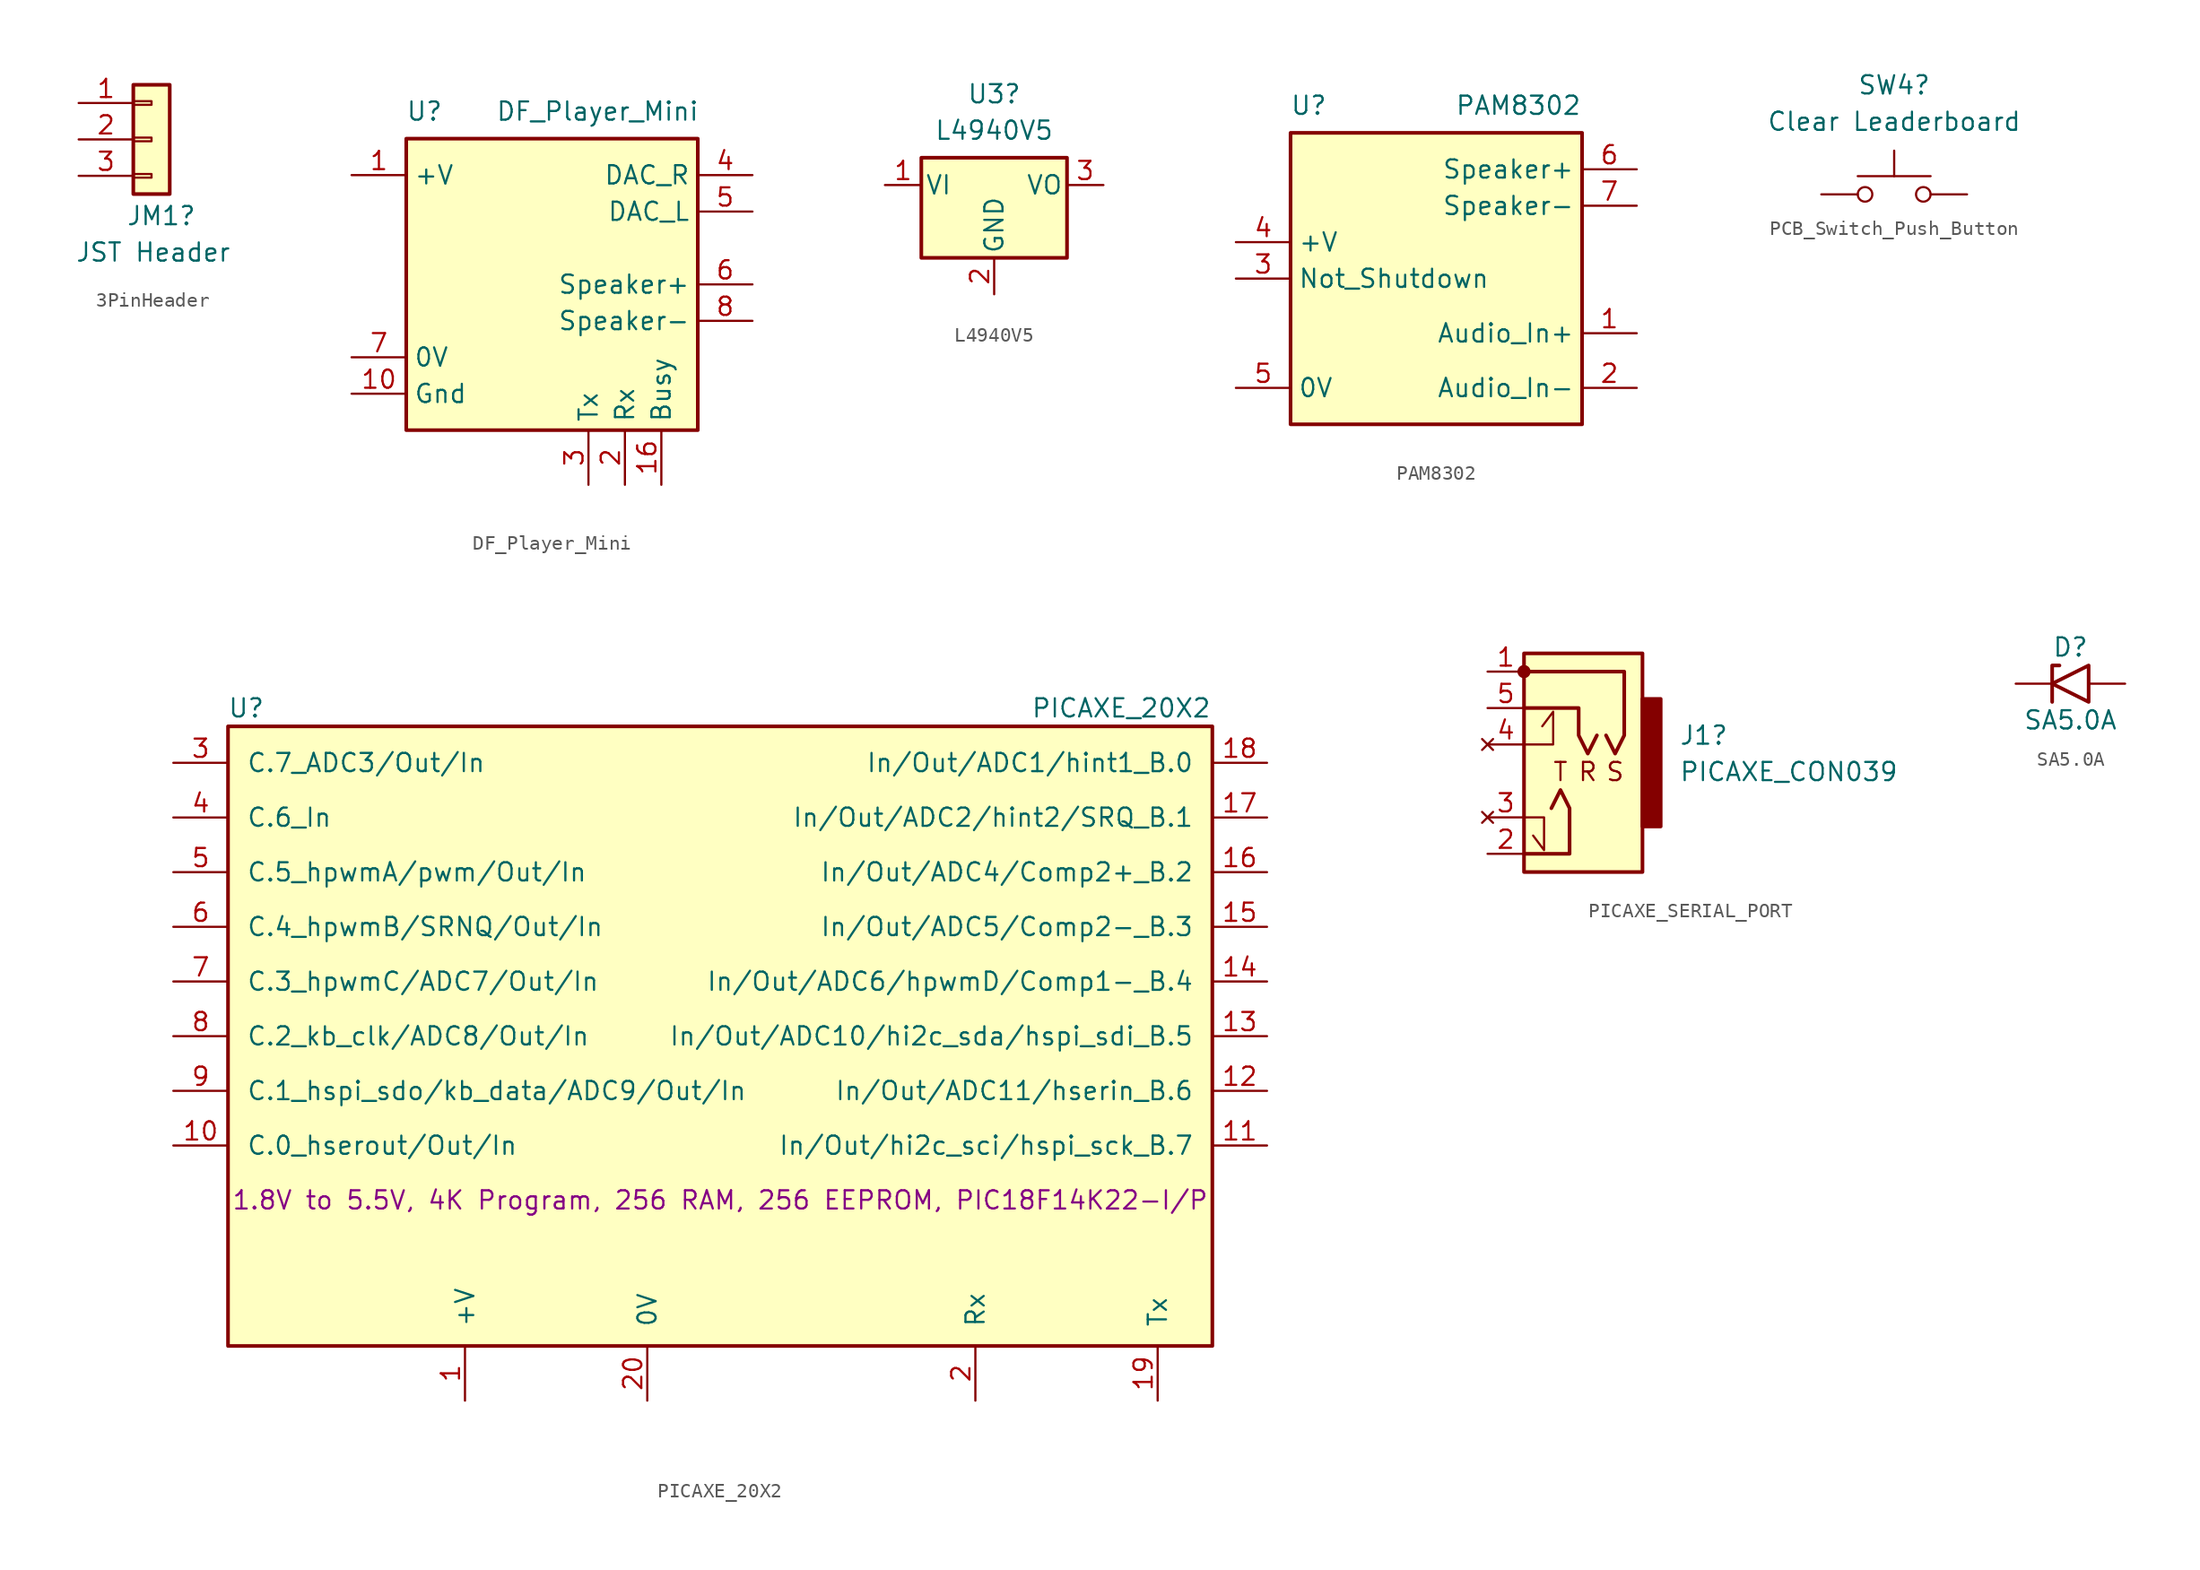
<source format=kicad_sym>
(kicad_symbol_lib
  (version 20231120)
  (generator "kicad_symbol_editor")
  (generator_version "8.0")
  (symbol "3PinHeader"
    (pin_names
      (offset 1.016) hide)
    (property "Reference" "JM1"
      (at -1.778 -5.334 0)
      (effects (font (size 1.27 1.27)) (justify left)))
    (property "Value" "JST Header"
      (at -5.334 -7.874 0)
      (effects (font (size 1.27 1.27)) (justify left)))
    (symbol "3PinHeader_1_1"
      (rectangle (start -1.27 -2.413) (end 0 -2.667) (stroke (width 0.152) (type default)) (fill (type none)))
      (rectangle (start -1.27 0.127) (end 0 -0.127) (stroke (width 0.152) (type default)) (fill (type none)))
      (rectangle (start -1.27 2.667) (end 0 2.413) (stroke (width 0.152) (type default)) (fill (type none)))
      (rectangle (start -1.27 3.81) (end 1.27 -3.81) (stroke (width 0.254) (type default)) (fill (type background)))
      (pin power_out line (at -5.08 2.54 0) (length 3.81) (name "Pin_1" (effects (font (size 1.27 1.27)))) (number "1" (effects (font (size 1.27 1.27)))))
      (pin passive line (at -5.08 0 0) (length 3.81) (name "Pin_2" (effects (font (size 1.27 1.27)))) (number "2" (effects (font (size 1.27 1.27)))))
      (pin power_out line (at -5.08 -2.54 0) (length 3.81) (name "Pin_3" (effects (font (size 1.27 1.27)))) (number "3" (effects (font (size 1.27 1.27)))))))
  (symbol "DF_Player_Mini"
    (property "Reference" "U"
      (at 1.27 1.905 0)
      (effects (font (size 1.27 1.27))))
    (property "Value" "DF_Player_Mini"
      (at 13.335 1.905 0)
      (effects (font (size 1.27 1.27))))
    (symbol "DF_Player_Mini_0_1"
      (rectangle (start 0 0) (end 20.32 -20.32) (stroke (width 0.254) (type default)) (fill (type background))))
    (symbol "DF_Player_Mini_1_1"
      (pin power_in line (at -3.81 -2.54 0) (length 3.81) (name "+V" (effects (font (size 1.27 1.27)))) (number "1" (effects (font (size 1.27 1.27)))))
      (pin power_in line (at -3.81 -17.78 0) (length 3.81) (name "Gnd" (effects (font (size 1.27 1.27)))) (number "10" (effects (font (size 1.27 1.27)))))
      (pin output line (at 17.78 -24.13 90) (length 3.81) (name "Busy" (effects (font (size 1.27 1.27)))) (number "16" (effects (font (size 1.27 1.27)))))
      (pin input line (at 15.24 -24.13 90) (length 3.81) (name "Rx" (effects (font (size 1.27 1.27)))) (number "2" (effects (font (size 1.27 1.27)))))
      (pin output line (at 12.7 -24.13 90) (length 3.81) (name "Tx" (effects (font (size 1.27 1.27)))) (number "3" (effects (font (size 1.27 1.27)))))
      (pin output line (at 24.13 -2.54 180) (length 3.81) (name "DAC_R" (effects (font (size 1.27 1.27)))) (number "4" (effects (font (size 1.27 1.27)))))
      (pin output line (at 24.13 -5.08 180) (length 3.81) (name "DAC_L" (effects (font (size 1.27 1.27)))) (number "5" (effects (font (size 1.27 1.27)))))
      (pin output line (at 24.13 -10.16 180) (length 3.81) (name "Speaker+" (effects (font (size 1.27 1.27)))) (number "6" (effects (font (size 1.27 1.27)))))
      (pin power_in line (at -3.81 -15.24 0) (length 3.81) (name "0V" (effects (font (size 1.27 1.27)))) (number "7" (effects (font (size 1.27 1.27)))))
      (pin output line (at 24.13 -12.7 180) (length 3.81) (name "Speaker-" (effects (font (size 1.27 1.27)))) (number "8" (effects (font (size 1.27 1.27)))))))
  (symbol "L4940V5"
    (pin_names
      (offset 0.254))
    (property "Reference" "U3"
      (at 0 6.35 0)
      (effects (font (size 1.27 1.27))))
    (property "Value" "L4940V5"
      (at 0 3.81 0)
      (effects (font (size 1.27 1.27))))
    (symbol "L4940V5_0_1"
      (rectangle (start -5.08 1.905) (end 5.08 -5.08) (stroke (width 0.254) (type default)) (fill (type background))))
    (symbol "L4940V5_1_1"
      (pin power_in line (at -7.62 0 0) (length 2.54) (name "VI" (effects (font (size 1.27 1.27)))) (number "1" (effects (font (size 1.27 1.27)))))
      (pin power_in line (at 0 -7.62 90) (length 2.54) (name "GND" (effects (font (size 1.27 1.27)))) (number "2" (effects (font (size 1.27 1.27)))))
      (pin power_out line (at 7.62 0 180) (length 2.54) (name "VO" (effects (font (size 1.27 1.27)))) (number "3" (effects (font (size 1.27 1.27)))))))
  (symbol "PAM8302"
    (property "Reference" "U"
      (at 1.27 1.905 0)
      (effects (font (size 1.27 1.27))))
    (property "Value" "PAM8302"
      (at 15.875 1.905 0)
      (effects (font (size 1.27 1.27))))
    (symbol "PAM8302_0_1"
      (rectangle (start 0 0) (end 20.32 -20.32) (stroke (width 0.254) (type default)) (fill (type background))))
    (symbol "PAM8302_1_1"
      (pin input line (at 24.13 -13.97 180) (length 3.81) (name "Audio_In+" (effects (font (size 1.27 1.27)))) (number "1" (effects (font (size 1.27 1.27)))))
      (pin input line (at 24.13 -17.78 180) (length 3.81) (name "Audio_In-" (effects (font (size 1.27 1.27)))) (number "2" (effects (font (size 1.27 1.27)))))
      (pin input line (at -3.81 -10.16 0) (length 3.81) (name "Not_Shutdown" (effects (font (size 1.27 1.27)))) (number "3" (effects (font (size 1.27 1.27)))))
      (pin power_in line (at -3.81 -7.62 0) (length 3.81) (name "+V" (effects (font (size 1.27 1.27)))) (number "4" (effects (font (size 1.27 1.27)))))
      (pin power_in line (at -3.81 -17.78 0) (length 3.81) (name "0V" (effects (font (size 1.27 1.27)))) (number "5" (effects (font (size 1.27 1.27)))))
      (pin output line (at 24.13 -2.54 180) (length 3.81) (name "Speaker+" (effects (font (size 1.27 1.27)))) (number "6" (effects (font (size 1.27 1.27)))))
      (pin output line (at 24.13 -5.08 180) (length 3.81) (name "Speaker-" (effects (font (size 1.27 1.27)))) (number "7" (effects (font (size 1.27 1.27)))))))
  (symbol "PCB_Switch_Push_Button"
    (pin_numbers hide)
    (pin_names
      (offset 1.016) hide)
    (property "Reference" "SW4"
      (at 0 7.62 0)
      (effects (font (size 1.27 1.27))))
    (property "Value" "Clear Leaderboard"
      (at 0 5.08 0)
      (effects (font (size 1.27 1.27))))
    (symbol "PCB_Switch_Push_Button_0_1"
      (circle (center -2.032 0) (radius 0.508) (stroke (width 0) (type default)) (fill (type none)))
      (polyline (pts (xy 0 1.27) (xy 0 3.048)) (stroke (width 0) (type default)) (fill (type none)))
      (polyline (pts (xy 2.54 1.27) (xy -2.54 1.27)) (stroke (width 0) (type default)) (fill (type none)))
      (circle (center 2.032 0) (radius 0.508) (stroke (width 0) (type default)) (fill (type none)))
      (pin passive line (at -5.08 0 0) (length 2.54) (name "1" (effects (font (size 1.27 1.27)))) (number "1" (effects (font (size 1.27 1.27)))))
      (pin passive line (at 5.08 0 180) (length 2.54) (name "2" (effects (font (size 1.27 1.27)))) (number "2" (effects (font (size 1.27 1.27)))))))
  (symbol "PICAXE_20X2"
    (pin_names
      (offset 1.27))
    (property "Reference" "U"
      (at 1.27 1.27 0)
      (effects (font (size 1.27 1.27))))
    (property "Value" "PICAXE_20X2"
      (at 62.23 1.27 0)
      (effects (font (size 1.27 1.27))))
    (property "Description" "1.8V to 5.5V, 4K Program, 256 RAM, 256 EEPROM, PIC18F14K22-I/P"
      (at 34.29 -33.02 0)
      (effects (font (size 1.27 1.27))))
    (symbol "PICAXE_20X2_0_1"
      (rectangle (start 0 0) (end 68.58 -43.18) (stroke (width 0.254) (type default)) (fill (type background))))
    (symbol "PICAXE_20X2_1_1"
      (pin power_in line (at 16.51 -46.99 90) (length 3.81) (name "+V" (effects (font (size 1.27 1.27)))) (number "1" (effects (font (size 1.27 1.27)))))
      (pin bidirectional line (at -3.81 -29.21 0) (length 3.81) (name "C.0_hserout/Out/In" (effects (font (size 1.27 1.27)))) (number "10" (effects (font (size 1.27 1.27)))))
      (pin bidirectional line (at 72.39 -29.21 180) (length 3.81) (name "In/Out/hi2c_sci/hspi_sck_B.7" (effects (font (size 1.27 1.27)))) (number "11" (effects (font (size 1.27 1.27)))))
      (pin bidirectional line (at 72.39 -25.4 180) (length 3.81) (name "In/Out/ADC11/hserin_B.6" (effects (font (size 1.27 1.27)))) (number "12" (effects (font (size 1.27 1.27)))))
      (pin bidirectional line (at 72.39 -21.59 180) (length 3.81) (name "In/Out/ADC10/hi2c_sda/hspi_sdi_B.5" (effects (font (size 1.27 1.27)))) (number "13" (effects (font (size 1.27 1.27)))))
      (pin bidirectional line (at 72.39 -17.78 180) (length 3.81) (name "In/Out/ADC6/hpwmD/Comp1-_B.4" (effects (font (size 1.27 1.27)))) (number "14" (effects (font (size 1.27 1.27)))))
      (pin bidirectional line (at 72.39 -13.97 180) (length 3.81) (name "In/Out/ADC5/Comp2-_B.3" (effects (font (size 1.27 1.27)))) (number "15" (effects (font (size 1.27 1.27)))))
      (pin bidirectional line (at 72.39 -10.16 180) (length 3.81) (name "In/Out/ADC4/Comp2+_B.2" (effects (font (size 1.27 1.27)))) (number "16" (effects (font (size 1.27 1.27)))))
      (pin bidirectional line (at 72.39 -6.35 180) (length 3.81) (name "In/Out/ADC2/hint2/SRQ_B.1" (effects (font (size 1.27 1.27)))) (number "17" (effects (font (size 1.27 1.27)))))
      (pin bidirectional line (at 72.39 -2.54 180) (length 3.81) (name "In/Out/ADC1/hint1_B.0" (effects (font (size 1.27 1.27)))) (number "18" (effects (font (size 1.27 1.27)))))
      (pin output line (at 64.77 -46.99 90) (length 3.81) (name "Tx" (effects (font (size 1.27 1.27)))) (number "19" (effects (font (size 1.27 1.27)))))
      (pin input line (at 52.07 -46.99 90) (length 3.81) (name "Rx" (effects (font (size 1.27 1.27)))) (number "2" (effects (font (size 1.27 1.27)))))
      (pin power_in line (at 29.21 -46.99 90) (length 3.81) (name "0V" (effects (font (size 1.27 1.27)))) (number "20" (effects (font (size 1.27 1.27)))))
      (pin bidirectional line (at -3.81 -2.54 0) (length 3.81) (name "C.7_ADC3/Out/In" (effects (font (size 1.27 1.27)))) (number "3" (effects (font (size 1.27 1.27)))))
      (pin input line (at -3.81 -6.35 0) (length 3.81) (name "C.6_In" (effects (font (size 1.27 1.27)))) (number "4" (effects (font (size 1.27 1.27)))))
      (pin bidirectional line (at -3.81 -10.16 0) (length 3.81) (name "C.5_hpwmA/pwm/Out/In" (effects (font (size 1.27 1.27)))) (number "5" (effects (font (size 1.27 1.27)))))
      (pin bidirectional line (at -3.81 -13.97 0) (length 3.81) (name "C.4_hpwmB/SRNQ/Out/In" (effects (font (size 1.27 1.27)))) (number "6" (effects (font (size 1.27 1.27)))))
      (pin bidirectional line (at -3.81 -17.78 0) (length 3.81) (name "C.3_hpwmC/ADC7/Out/In" (effects (font (size 1.27 1.27)))) (number "7" (effects (font (size 1.27 1.27)))))
      (pin bidirectional line (at -3.81 -21.59 0) (length 3.81) (name "C.2_kb_clk/ADC8/Out/In" (effects (font (size 1.27 1.27)))) (number "8" (effects (font (size 1.27 1.27)))))
      (pin bidirectional line (at -3.81 -25.4 0) (length 3.81) (name "C.1_hspi_sdo/kb_data/ADC9/Out/In" (effects (font (size 1.27 1.27)))) (number "9" (effects (font (size 1.27 1.27)))))))
  (symbol "PICAXE_SERIAL_PORT"
    (property "Reference" "J1"
      (at 10.795 -5.715 0)
      (effects (font (size 1.27 1.27)) (justify left)))
    (property "Value" "PICAXE_CON039"
      (at 10.795 -8.255 0)
      (effects (font (size 1.27 1.27)) (justify left)))
    (symbol "PICAXE_SERIAL_PORT_0_1"
      (circle (center 0 -1.27) (radius 0.381) (stroke (width 0) (type default)) (fill (type outline)))
      (polyline (pts (xy 0 -11.43) (xy 1.397 -11.43) (xy 1.397 -13.716) (xy 0.635 -12.7)) (stroke (width 0) (type default)) (fill (type none)))
      (polyline (pts (xy 0 -6.35) (xy 2.032 -6.35) (xy 2.032 -4.064) (xy 1.27 -5.08)) (stroke (width 0) (type default)) (fill (type none)))
      (polyline (pts (xy 0 -13.97) (xy 3.175 -13.97) (xy 3.175 -10.795) (xy 2.54 -9.525) (xy 1.905 -10.795)) (stroke (width 0.254) (type default)) (fill (type none)))
      (polyline (pts (xy 0 -1.27) (xy 6.985 -1.27) (xy 6.985 -5.715) (xy 6.35 -6.985) (xy 5.715 -5.715)) (stroke (width 0.254) (type default)) (fill (type none)))
      (polyline (pts (xy 5.08 -5.715) (xy 4.445 -6.985) (xy 3.81 -5.715) (xy 3.81 -3.81) (xy 0 -3.81)) (stroke (width 0.254) (type default)) (fill (type none)))
      (rectangle (start 0 0) (end 8.255 -15.24) (stroke (width 0.254) (type default)) (fill (type background)))
      (rectangle (start 8.255 -3.175) (end 9.525 -12.065) (stroke (width 0.254) (type default)) (fill (type outline))))
    (symbol "PICAXE_SERIAL_PORT_1_1"
      (text "R\n" (at 4.445 -8.255 0) (effects (font (size 1.27 1.27))))
      (text "S" (at 6.35 -8.255 0) (effects (font (size 1.27 1.27))))
      (text "T\n" (at 2.54 -8.255 0) (effects (font (size 1.27 1.27))))
      (pin input line (at -2.54 -1.27 0) (length 2.54) (name "" (effects (font (size 1.27 1.27)))) (number "1" (effects (font (size 1.27 1.27)))))
      (pin power_out line (at -2.54 -13.97 0) (length 2.54) (name "" (effects (font (size 1.27 1.27)))) (number "2" (effects (font (size 1.27 1.27)))))
      (pin no_connect line (at -2.54 -11.43 0) (length 2.54) (name "" (effects (font (size 1.27 1.27)))) (number "3" (effects (font (size 1.27 1.27)))))
      (pin no_connect line (at -2.54 -6.35 0) (length 2.54) (name "" (effects (font (size 1.27 1.27)))) (number "4" (effects (font (size 1.27 1.27)))))
      (pin output line (at -2.54 -3.81 0) (length 2.54) (name "" (effects (font (size 1.27 1.27)))) (number "5" (effects (font (size 1.27 1.27)))))))
  (symbol "SA5.0A"
    (pin_numbers hide)
    (pin_names
      (offset 1.016) hide)
    (property "Reference" "D"
      (at 0 2.54 0)
      (effects (font (size 1.27 1.27))))
    (property "Value" "SA5.0A"
      (at 0 -2.54 0)
      (effects (font (size 1.27 1.27))))
    (symbol "SA5.0A_0_1"
      (polyline (pts (xy -0.762 1.27) (xy -1.27 1.27) (xy -1.27 -1.27)) (stroke (width 0.254) (type default)) (fill (type none)))
      (polyline (pts (xy 1.27 1.27) (xy 1.27 -1.27) (xy -1.27 0) (xy 1.27 1.27)) (stroke (width 0.254) (type default)) (fill (type none))))
    (symbol "SA5.0A_1_1"
      (pin passive line (at -3.81 0 0) (length 2.54) (name "A1" (effects (font (size 1.27 1.27)))) (number "1" (effects (font (size 1.27 1.27)))))
      (pin passive line (at 3.81 0 180) (length 2.54) (name "A2" (effects (font (size 1.27 1.27)))) (number "2" (effects (font (size 1.27 1.27))))))))
</source>
